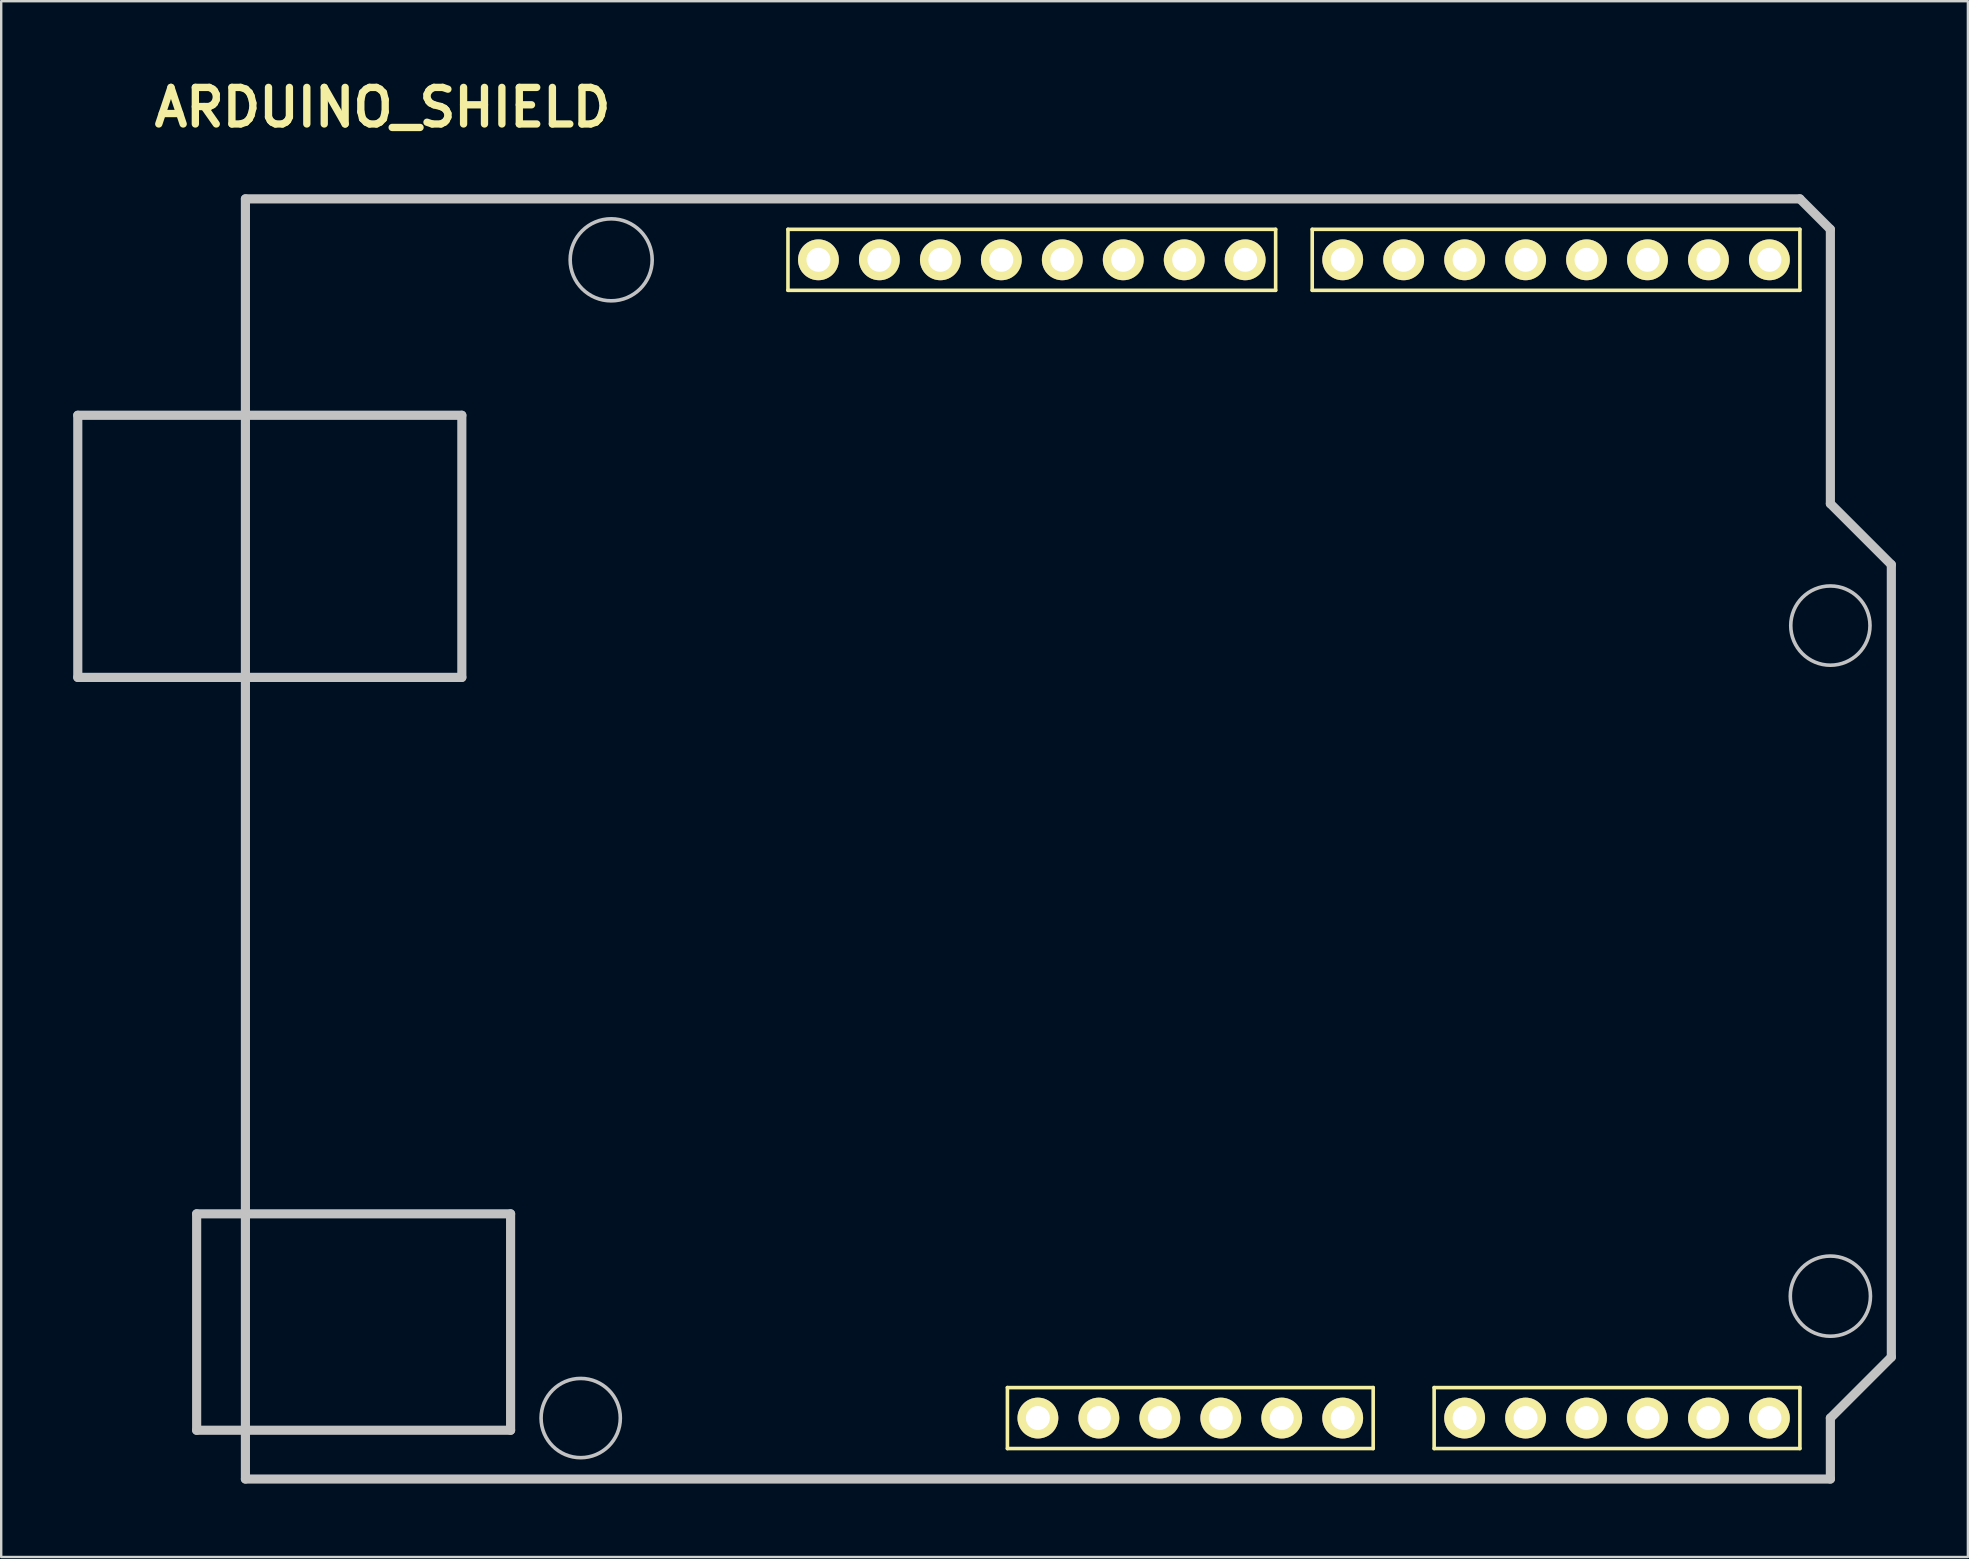
<source format=kicad_pcb>
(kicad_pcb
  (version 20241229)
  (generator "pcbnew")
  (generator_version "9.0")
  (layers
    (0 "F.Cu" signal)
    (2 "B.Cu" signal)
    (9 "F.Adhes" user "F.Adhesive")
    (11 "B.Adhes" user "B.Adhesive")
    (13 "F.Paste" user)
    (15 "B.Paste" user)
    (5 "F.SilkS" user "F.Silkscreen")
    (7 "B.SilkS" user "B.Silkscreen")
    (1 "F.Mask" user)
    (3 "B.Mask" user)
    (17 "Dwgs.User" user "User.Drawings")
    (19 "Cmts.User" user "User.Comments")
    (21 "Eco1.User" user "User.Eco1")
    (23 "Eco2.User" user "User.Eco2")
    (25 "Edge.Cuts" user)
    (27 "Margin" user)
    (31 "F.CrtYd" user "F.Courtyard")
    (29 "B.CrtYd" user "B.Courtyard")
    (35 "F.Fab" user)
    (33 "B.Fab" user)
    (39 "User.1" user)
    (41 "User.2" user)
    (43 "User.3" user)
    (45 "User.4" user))
  (footprint "ARDUINO_SHIELD"
    (layer "F.Cu")
    (at 7.176 58.576)
    (property "Reference" "ARDUINO_SHIELD" (at 5.715 -57.15 0) (layer "F.SilkS") (effects (font (size 1.524 1.524) (thickness 0.305))))
    (attr through_hole)
    (fp_line (start 22.606 -52.07) (end 42.926 -52.07) (stroke (width 0.15) (type solid)) (layer "F.SilkS"))
    (fp_line (start 22.606 -49.53) (end 22.606 -52.07) (stroke (width 0.15) (type solid)) (layer "F.SilkS"))
    (fp_line (start 31.75 -3.81) (end 31.75 -1.27) (stroke (width 0.15) (type solid)) (layer "F.SilkS"))
    (fp_line (start 31.75 -1.27) (end 46.99 -1.27) (stroke (width 0.15) (type solid)) (layer "F.SilkS"))
    (fp_line (start 42.926 -52.07) (end 42.926 -49.53) (stroke (width 0.15) (type solid)) (layer "F.SilkS"))
    (fp_line (start 42.926 -49.53) (end 22.606 -49.53) (stroke (width 0.15) (type solid)) (layer "F.SilkS"))
    (fp_line (start 44.45 -52.07) (end 44.45 -49.53) (stroke (width 0.15) (type solid)) (layer "F.SilkS"))
    (fp_line (start 44.45 -49.53) (end 64.77 -49.53) (stroke (width 0.15) (type solid)) (layer "F.SilkS"))
    (fp_line (start 46.99 -3.81) (end 31.75 -3.81) (stroke (width 0.15) (type solid)) (layer "F.SilkS"))
    (fp_line (start 46.99 -1.27) (end 46.99 -3.81) (stroke (width 0.15) (type solid)) (layer "F.SilkS"))
    (fp_line (start 49.53 -3.81) (end 49.53 -1.27) (stroke (width 0.15) (type solid)) (layer "F.SilkS"))
    (fp_line (start 49.53 -1.27) (end 64.77 -1.27) (stroke (width 0.15) (type solid)) (layer "F.SilkS"))
    (fp_line (start 64.77 -52.07) (end 44.45 -52.07) (stroke (width 0.15) (type solid)) (layer "F.SilkS"))
    (fp_line (start 64.77 -49.53) (end 64.77 -52.07) (stroke (width 0.15) (type solid)) (layer "F.SilkS"))
    (fp_line (start 64.77 -3.81) (end 49.53 -3.81) (stroke (width 0.15) (type solid)) (layer "F.SilkS"))
    (fp_line (start 64.77 -1.27) (end 64.77 -3.81) (stroke (width 0.15) (type solid)) (layer "F.SilkS"))
    (fp_line (start -6.985 -44.323) (end -6.985 -33.401) (stroke (width 0.381) (type solid)) (layer "Dwgs.User"))
    (fp_line (start -6.985 -44.323) (end 9.017 -44.323) (stroke (width 0.381) (type solid)) (layer "Dwgs.User"))
    (fp_line (start -6.985 -33.401) (end 9.017 -33.401) (stroke (width 0.381) (type solid)) (layer "Dwgs.User"))
    (fp_line (start -2.032 -11.049) (end 11.049 -11.049) (stroke (width 0.381) (type solid)) (layer "Dwgs.User"))
    (fp_line (start -2.032 -2.032) (end -2.032 -11.049) (stroke (width 0.381) (type solid)) (layer "Dwgs.User"))
    (fp_line (start -2.032 -2.032) (end 11.049 -2.032) (stroke (width 0.381) (type solid)) (layer "Dwgs.User"))
    (fp_line (start 0 0) (end 0 -53.34) (stroke (width 0.381) (type solid)) (layer "Dwgs.User"))
    (fp_line (start 9.017 -44.323) (end 9.017 -33.401) (stroke (width 0.381) (type solid)) (layer "Dwgs.User"))
    (fp_line (start 11.049 -11.049) (end 11.049 -2.032) (stroke (width 0.381) (type solid)) (layer "Dwgs.User"))
    (fp_line (start 64.77 -53.34) (end 0 -53.34) (stroke (width 0.381) (type solid)) (layer "Dwgs.User"))
    (fp_line (start 66.04 -52.07) (end 64.77 -53.34) (stroke (width 0.381) (type solid)) (layer "Dwgs.User"))
    (fp_line (start 66.04 -40.64) (end 66.04 -52.07) (stroke (width 0.381) (type solid)) (layer "Dwgs.User"))
    (fp_line (start 66.04 -40.64) (end 68.58 -38.1) (stroke (width 0.381) (type solid)) (layer "Dwgs.User"))
    (fp_line (start 66.04 -2.54) (end 66.04 0) (stroke (width 0.381) (type solid)) (layer "Dwgs.User"))
    (fp_line (start 66.04 0) (end 0 0) (stroke (width 0.381) (type solid)) (layer "Dwgs.User"))
    (fp_line (start 68.58 -38.1) (end 68.58 -5.08) (stroke (width 0.381) (type solid)) (layer "Dwgs.User"))
    (fp_line (start 68.58 -5.08) (end 66.04 -2.54) (stroke (width 0.381) (type solid)) (layer "Dwgs.User"))
    (fp_circle (center 13.97 -2.54) (end 14.605 -4.064) (stroke (width 0.15) (type solid)) (fill no) (layer "Dwgs.User"))
    (fp_circle (center 15.24 -50.8) (end 16.383 -49.53) (stroke (width 0.15) (type solid)) (fill no) (layer "Dwgs.User"))
    (fp_circle (center 66.04 -35.56) (end 66.04 -37.211) (stroke (width 0.15) (type solid)) (fill no) (layer "Dwgs.User"))
    (fp_circle (center 66.04 -7.62) (end 66.294 -9.271) (stroke (width 0.15) (type solid)) (fill no) (layer "Dwgs.User"))
    (pad "1" thru_hole circle (at 63.5 -50.8 90) (size 1.7 1.7) (drill 1) (layers "*.Cu" "*.Mask" "F.SilkS"))
    (pad "2" thru_hole circle (at 60.96 -50.8 90) (size 1.7 1.7) (drill 1) (layers "*.Cu" "*.Mask" "F.SilkS"))
    (pad "3" thru_hole circle (at 58.42 -50.8 90) (size 1.7 1.7) (drill 1) (layers "*.Cu" "*.Mask" "F.SilkS"))
    (pad "4" thru_hole circle (at 55.88 -50.8 90) (size 1.7 1.7) (drill 1) (layers "*.Cu" "*.Mask" "F.SilkS"))
    (pad "5" thru_hole circle (at 53.34 -50.8 90) (size 1.7 1.7) (drill 1) (layers "*.Cu" "*.Mask" "F.SilkS"))
    (pad "6" thru_hole circle (at 50.8 -50.8 90) (size 1.7 1.7) (drill 1) (layers "*.Cu" "*.Mask" "F.SilkS"))
    (pad "7" thru_hole circle (at 48.26 -50.8 90) (size 1.7 1.7) (drill 1) (layers "*.Cu" "*.Mask" "F.SilkS"))
    (pad "8" thru_hole circle (at 45.72 -50.8 90) (size 1.7 1.7) (drill 1) (layers "*.Cu" "*.Mask" "F.SilkS"))
    (pad "9" thru_hole circle (at 41.656 -50.8 90) (size 1.7 1.7) (drill 1) (layers "*.Cu" "*.Mask" "F.SilkS"))
    (pad "10" thru_hole circle (at 39.116 -50.8 90) (size 1.7 1.7) (drill 1) (layers "*.Cu" "*.Mask" "F.SilkS"))
    (pad "11" thru_hole circle (at 36.576 -50.8 90) (size 1.7 1.7) (drill 1) (layers "*.Cu" "*.Mask" "F.SilkS"))
    (pad "12" thru_hole circle (at 34.036 -50.8 90) (size 1.7 1.7) (drill 1) (layers "*.Cu" "*.Mask" "F.SilkS"))
    (pad "13" thru_hole circle (at 31.496 -50.8 90) (size 1.7 1.7) (drill 1) (layers "*.Cu" "*.Mask" "F.SilkS"))
    (pad "14" thru_hole circle (at 28.956 -50.8 90) (size 1.7 1.7) (drill 1) (layers "*.Cu" "*.Mask" "F.SilkS"))
    (pad "15" thru_hole circle (at 26.416 -50.8 90) (size 1.7 1.7) (drill 1) (layers "*.Cu" "*.Mask" "F.SilkS"))
    (pad "16" thru_hole circle (at 23.876 -50.8 90) (size 1.7 1.7) (drill 1) (layers "*.Cu" "*.Mask" "F.SilkS"))
    (pad "17" thru_hole circle (at 33.02 -2.54 90) (size 1.7 1.7) (drill 1) (layers "*.Cu" "*.Mask" "F.SilkS"))
    (pad "18" thru_hole circle (at 35.56 -2.54 90) (size 1.7 1.7) (drill 1) (layers "*.Cu" "*.Mask" "F.SilkS"))
    (pad "19" thru_hole circle (at 38.1 -2.54 90) (size 1.7 1.7) (drill 1) (layers "*.Cu" "*.Mask" "F.SilkS"))
    (pad "20" thru_hole circle (at 40.64 -2.54 90) (size 1.7 1.7) (drill 1) (layers "*.Cu" "*.Mask" "F.SilkS"))
    (pad "21" thru_hole circle (at 43.18 -2.54 90) (size 1.7 1.7) (drill 1) (layers "*.Cu" "*.Mask" "F.SilkS"))
    (pad "22" thru_hole circle (at 45.72 -2.54 90) (size 1.7 1.7) (drill 1) (layers "*.Cu" "*.Mask" "F.SilkS"))
    (pad "23" thru_hole circle (at 50.8 -2.54 90) (size 1.7 1.7) (drill 1) (layers "*.Cu" "*.Mask" "F.SilkS"))
    (pad "24" thru_hole circle (at 53.34 -2.54 90) (size 1.7 1.7) (drill 1) (layers "*.Cu" "*.Mask" "F.SilkS"))
    (pad "25" thru_hole circle (at 55.88 -2.54 90) (size 1.7 1.7) (drill 1) (layers "*.Cu" "*.Mask" "F.SilkS"))
    (pad "26" thru_hole circle (at 58.42 -2.54 90) (size 1.7 1.7) (drill 1) (layers "*.Cu" "*.Mask" "F.SilkS"))
    (pad "27" thru_hole circle (at 60.96 -2.54 90) (size 1.7 1.7) (drill 1) (layers "*.Cu" "*.Mask" "F.SilkS"))
    (pad "28" thru_hole circle (at 63.5 -2.54 90) (size 1.7 1.7) (drill 1) (layers "*.Cu" "*.Mask" "F.SilkS")))
  (gr_rect
    (start -3 -3)
    (end 78.946 61.826)
    (stroke (width 0.1) (type default))
    (fill no)
    (layer "Edge.Cuts")))
</source>
